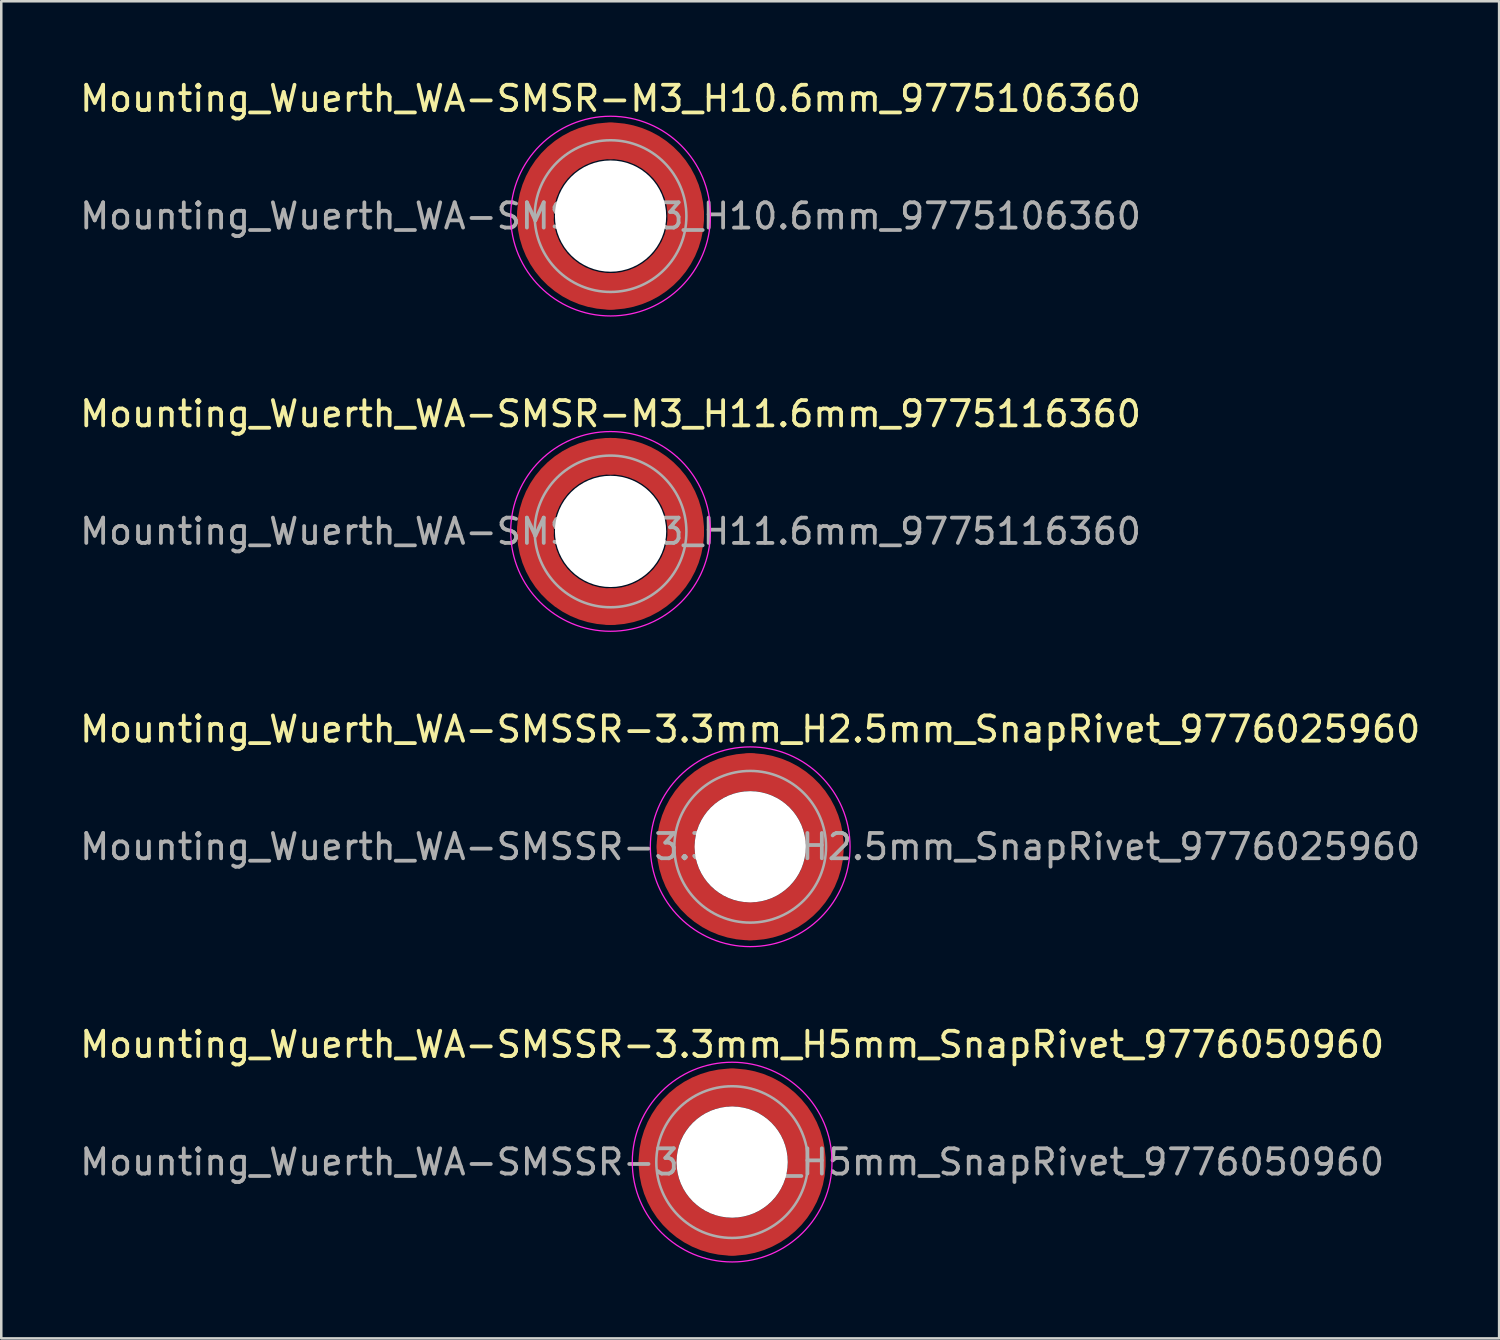
<source format=kicad_pcb>
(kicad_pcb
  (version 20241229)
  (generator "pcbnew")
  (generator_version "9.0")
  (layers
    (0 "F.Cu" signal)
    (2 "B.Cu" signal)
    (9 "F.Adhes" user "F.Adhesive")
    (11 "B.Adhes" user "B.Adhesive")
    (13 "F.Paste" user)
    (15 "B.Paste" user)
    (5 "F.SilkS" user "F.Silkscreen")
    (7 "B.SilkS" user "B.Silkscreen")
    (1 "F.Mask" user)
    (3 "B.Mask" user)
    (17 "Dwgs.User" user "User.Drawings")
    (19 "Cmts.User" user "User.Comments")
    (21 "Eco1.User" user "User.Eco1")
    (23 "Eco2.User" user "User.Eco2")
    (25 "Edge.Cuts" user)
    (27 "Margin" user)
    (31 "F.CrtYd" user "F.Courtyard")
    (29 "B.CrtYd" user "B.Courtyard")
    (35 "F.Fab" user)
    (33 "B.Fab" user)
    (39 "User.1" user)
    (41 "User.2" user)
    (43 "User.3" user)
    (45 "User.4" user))
  (footprint "Mounting_Wuerth_WA-SMSSR-3.3mm_H2.5mm_SnapRivet_9776025960"
    (layer "F.Cu")
    (at 26.625 30.445)
    (property "Reference" "Mounting_Wuerth_WA-SMSSR-3.3mm_H2.5mm_SnapRivet_9776025960" (at 0 -4.65 0) (layer "F.SilkS") (effects (font (size 1 1) (thickness 0.15))))
    (attr smd)
    (fp_circle (center 0 0) (end 3.95 0) (stroke (width 0.05) (type solid)) (fill no) (layer "F.CrtYd"))
    (fp_circle (center 0 0) (end 3 0) (stroke (width 0.1) (type solid)) (fill no) (layer "F.Fab"))
    (fp_text user "${REFERENCE}" (at 0 0 0) (layer "F.Fab") (effects (font (size 1 1) (thickness 0.15))))
    (pad "" smd custom (at -2.077 -2.077) (size 0.698 0.698) (layers "F.Paste") (options (anchor circle)) (primitives (gr_arc (start -0.208831 1.577126) (mid 0.422496 0.422496) (end 1.577126 -0.208831) (width 0.2)) (gr_arc (start -0.310669 1.577126) (mid 0.35208 0.35208) (end 1.577126 -0.310669) (width 0.2)) (gr_arc (start -0.412325 1.577126) (mid 0.281664 0.281664) (end 1.577126 -0.412325) (width 0.2)) (gr_arc (start -0.51382 1.577126) (mid 0.211248 0.211248) (end 1.577126 -0.51382) (width 0.2)) (gr_arc (start -0.615172 1.577126) (mid 0.140832 0.140832) (end 1.577126 -0.615172) (width 0.2)) (gr_arc (start -0.716397 1.577126) (mid 0.070416 0.070416) (end 1.577126 -0.716397) (width 0.2)) (gr_arc (start -0.817508 1.577126) (mid 0 0) (end 1.577126 -0.817508) (width 0.2)) (gr_arc (start -0.918517 1.577126) (mid -0.070416 -0.070416) (end 1.577126 -0.918517) (width 0.2)) (gr_arc (start -1.019433 1.577126) (mid -0.140832 -0.140832) (end 1.577126 -1.019433) (width 0.2)) (gr_arc (start -1.120266 1.577126) (mid -0.211248 -0.211248) (end 1.577126 -1.120266) (width 0.2)) (gr_arc (start -1.221022 1.577126) (mid -0.281664 -0.281664) (end 1.577126 -1.221022) (width 0.2)) (gr_arc (start -1.32171 1.577126) (mid -0.35208 -0.35208) (end 1.577126 -1.32171) (width 0.2)) (gr_arc (start -1.422335 1.577126) (mid -0.422497 -0.422497) (end 1.577126 -1.422335) (width 0.2)) (gr_line (start 1.577 -0.209) (end 1.577 -1.422) (width 0.2)) (gr_line (start -0.209 1.577) (end -1.422 1.577) (width 0.2))))
    (pad "" smd custom (at -2.077 2.077) (size 0.698 0.698) (layers "F.Paste") (options (anchor circle)) (primitives (gr_arc (start 1.577126 0.208831) (mid 0.422496 -0.422496) (end -0.208831 -1.577126) (width 0.2)) (gr_arc (start 1.577126 0.310669) (mid 0.35208 -0.35208) (end -0.310669 -1.577126) (width 0.2)) (gr_arc (start 1.577126 0.412325) (mid 0.281664 -0.281664) (end -0.412325 -1.577126) (width 0.2)) (gr_arc (start 1.577126 0.51382) (mid 0.211248 -0.211248) (end -0.51382 -1.577126) (width 0.2)) (gr_arc (start 1.577126 0.615172) (mid 0.140832 -0.140832) (end -0.615172 -1.577126) (width 0.2)) (gr_arc (start 1.577126 0.716397) (mid 0.070416 -0.070416) (end -0.716397 -1.577126) (width 0.2)) (gr_arc (start 1.577126 0.817508) (mid 0 0) (end -0.817508 -1.577126) (width 0.2)) (gr_arc (start 1.577126 0.918517) (mid -0.070416 0.070416) (end -0.918517 -1.577126) (width 0.2)) (gr_arc (start 1.577126 1.019433) (mid -0.140832 0.140832) (end -1.019433 -1.577126) (width 0.2)) (gr_arc (start 1.577126 1.120266) (mid -0.211248 0.211248) (end -1.120266 -1.577126) (width 0.2)) (gr_arc (start 1.577126 1.221022) (mid -0.281664 0.281664) (end -1.221022 -1.577126) (width 0.2)) (gr_arc (start 1.577126 1.32171) (mid -0.35208 0.35208) (end -1.32171 -1.577126) (width 0.2)) (gr_arc (start 1.577126 1.422335) (mid -0.422497 0.422497) (end -1.422335 -1.577126) (width 0.2)) (gr_line (start -0.209 -1.577) (end -1.422 -1.577) (width 0.2)) (gr_line (start 1.577 0.209) (end 1.577 1.422) (width 0.2))))
    (pad "" np_thru_hole circle (at 0 0) (size 4.4 4.4) (drill 4.4) (layers "*.Cu" "*.Mask"))
    (pad "" smd custom (at 2.077 -2.077) (size 0.698 0.698) (layers "F.Paste") (options (anchor circle)) (primitives (gr_arc (start -1.577126 -0.208831) (mid -0.422496 0.422496) (end 0.208831 1.577126) (width 0.2)) (gr_arc (start -1.577126 -0.310669) (mid -0.35208 0.35208) (end 0.310669 1.577126) (width 0.2)) (gr_arc (start -1.577126 -0.412325) (mid -0.281664 0.281664) (end 0.412325 1.577126) (width 0.2)) (gr_arc (start -1.577126 -0.51382) (mid -0.211248 0.211248) (end 0.51382 1.577126) (width 0.2)) (gr_arc (start -1.577126 -0.615172) (mid -0.140832 0.140832) (end 0.615172 1.577126) (width 0.2)) (gr_arc (start -1.577126 -0.716397) (mid -0.070416 0.070416) (end 0.716397 1.577126) (width 0.2)) (gr_arc (start -1.577126 -0.817508) (mid 0 0) (end 0.817508 1.577126) (width 0.2)) (gr_arc (start -1.577126 -0.918517) (mid 0.070416 -0.070416) (end 0.918517 1.577126) (width 0.2)) (gr_arc (start -1.577126 -1.019433) (mid 0.140832 -0.140832) (end 1.019433 1.577126) (width 0.2)) (gr_arc (start -1.577126 -1.120266) (mid 0.211248 -0.211248) (end 1.120266 1.577126) (width 0.2)) (gr_arc (start -1.577126 -1.221022) (mid 0.281664 -0.281664) (end 1.221022 1.577126) (width 0.2)) (gr_arc (start -1.577126 -1.32171) (mid 0.35208 -0.35208) (end 1.32171 1.577126) (width 0.2)) (gr_arc (start -1.577126 -1.422335) (mid 0.422497 -0.422497) (end 1.422335 1.577126) (width 0.2)) (gr_line (start 0.209 1.577) (end 1.422 1.577) (width 0.2)) (gr_line (start -1.577 -0.209) (end -1.577 -1.422) (width 0.2))))
    (pad "" smd custom (at 2.077 2.077) (size 0.698 0.698) (layers "F.Paste") (options (anchor circle)) (primitives (gr_arc (start 0.208831 -1.577126) (mid -0.422496 -0.422496) (end -1.577126 0.208831) (width 0.2)) (gr_arc (start 0.310669 -1.577126) (mid -0.35208 -0.35208) (end -1.577126 0.310669) (width 0.2)) (gr_arc (start 0.412325 -1.577126) (mid -0.281664 -0.281664) (end -1.577126 0.412325) (width 0.2)) (gr_arc (start 0.51382 -1.577126) (mid -0.211248 -0.211248) (end -1.577126 0.51382) (width 0.2)) (gr_arc (start 0.615172 -1.577126) (mid -0.140832 -0.140832) (end -1.577126 0.615172) (width 0.2)) (gr_arc (start 0.716397 -1.577126) (mid -0.070416 -0.070416) (end -1.577126 0.716397) (width 0.2)) (gr_arc (start 0.817508 -1.577126) (mid 0 0) (end -1.577126 0.817508) (width 0.2)) (gr_arc (start 0.918517 -1.577126) (mid 0.070416 0.070416) (end -1.577126 0.918517) (width 0.2)) (gr_arc (start 1.019433 -1.577126) (mid 0.140832 0.140832) (end -1.577126 1.019433) (width 0.2)) (gr_arc (start 1.120266 -1.577126) (mid 0.211248 0.211248) (end -1.577126 1.120266) (width 0.2)) (gr_arc (start 1.221022 -1.577126) (mid 0.281664 0.281664) (end -1.577126 1.221022) (width 0.2)) (gr_arc (start 1.32171 -1.577126) (mid 0.35208 0.35208) (end -1.577126 1.32171) (width 0.2)) (gr_arc (start 1.422335 -1.577126) (mid 0.422497 0.422497) (end -1.577126 1.422335) (width 0.2)) (gr_line (start -1.577 0.209) (end -1.577 1.422) (width 0.2)) (gr_line (start 0.209 -1.577) (end 1.422 -1.577) (width 0.2))))
    (pad "1" smd circle (at -2.95 0) (size 1.5 1.5) (layers "F.Cu"))
    (pad "1" smd circle (at 0 -2.95) (size 1.5 1.5) (layers "F.Cu"))
    (pad "1" smd circle (at 0 2.95) (size 1.5 1.5) (layers "F.Cu"))
    (pad "1" smd custom (at 2.95 0) (size 1.5 1.5) (layers "F.Cu" "F.Mask") (options (anchor circle)) (primitives (gr_circle (center -2.95 0) (end 0 0) (width 1.5) (fill no)))))
  (footprint "Mounting_Wuerth_WA-SMSSR-3.3mm_H5mm_SnapRivet_9776050960"
    (layer "F.Cu")
    (at 25.911 42.918)
    (property "Reference" "Mounting_Wuerth_WA-SMSSR-3.3mm_H5mm_SnapRivet_9776050960" (at 0 -4.65 0) (layer "F.SilkS") (effects (font (size 1 1) (thickness 0.15))))
    (attr smd)
    (fp_circle (center 0 0) (end 3.95 0) (stroke (width 0.05) (type solid)) (fill no) (layer "F.CrtYd"))
    (fp_circle (center 0 0) (end 3 0) (stroke (width 0.1) (type solid)) (fill no) (layer "F.Fab"))
    (fp_text user "${REFERENCE}" (at 0 0 0) (layer "F.Fab") (effects (font (size 1 1) (thickness 0.15))))
    (pad "" smd custom (at -2.077 -2.077) (size 0.698 0.698) (layers "F.Paste") (options (anchor circle)) (primitives (gr_arc (start -0.208831 1.577126) (mid 0.422496 0.422496) (end 1.577126 -0.208831) (width 0.2)) (gr_arc (start -0.310669 1.577126) (mid 0.35208 0.35208) (end 1.577126 -0.310669) (width 0.2)) (gr_arc (start -0.412325 1.577126) (mid 0.281664 0.281664) (end 1.577126 -0.412325) (width 0.2)) (gr_arc (start -0.51382 1.577126) (mid 0.211248 0.211248) (end 1.577126 -0.51382) (width 0.2)) (gr_arc (start -0.615172 1.577126) (mid 0.140832 0.140832) (end 1.577126 -0.615172) (width 0.2)) (gr_arc (start -0.716397 1.577126) (mid 0.070416 0.070416) (end 1.577126 -0.716397) (width 0.2)) (gr_arc (start -0.817508 1.577126) (mid 0 0) (end 1.577126 -0.817508) (width 0.2)) (gr_arc (start -0.918517 1.577126) (mid -0.070416 -0.070416) (end 1.577126 -0.918517) (width 0.2)) (gr_arc (start -1.019433 1.577126) (mid -0.140832 -0.140832) (end 1.577126 -1.019433) (width 0.2)) (gr_arc (start -1.120266 1.577126) (mid -0.211248 -0.211248) (end 1.577126 -1.120266) (width 0.2)) (gr_arc (start -1.221022 1.577126) (mid -0.281664 -0.281664) (end 1.577126 -1.221022) (width 0.2)) (gr_arc (start -1.32171 1.577126) (mid -0.35208 -0.35208) (end 1.577126 -1.32171) (width 0.2)) (gr_arc (start -1.422335 1.577126) (mid -0.422497 -0.422497) (end 1.577126 -1.422335) (width 0.2)) (gr_line (start 1.577 -0.209) (end 1.577 -1.422) (width 0.2)) (gr_line (start -0.209 1.577) (end -1.422 1.577) (width 0.2))))
    (pad "" smd custom (at -2.077 2.077) (size 0.698 0.698) (layers "F.Paste") (options (anchor circle)) (primitives (gr_arc (start 1.577126 0.208831) (mid 0.422496 -0.422496) (end -0.208831 -1.577126) (width 0.2)) (gr_arc (start 1.577126 0.310669) (mid 0.35208 -0.35208) (end -0.310669 -1.577126) (width 0.2)) (gr_arc (start 1.577126 0.412325) (mid 0.281664 -0.281664) (end -0.412325 -1.577126) (width 0.2)) (gr_arc (start 1.577126 0.51382) (mid 0.211248 -0.211248) (end -0.51382 -1.577126) (width 0.2)) (gr_arc (start 1.577126 0.615172) (mid 0.140832 -0.140832) (end -0.615172 -1.577126) (width 0.2)) (gr_arc (start 1.577126 0.716397) (mid 0.070416 -0.070416) (end -0.716397 -1.577126) (width 0.2)) (gr_arc (start 1.577126 0.817508) (mid 0 0) (end -0.817508 -1.577126) (width 0.2)) (gr_arc (start 1.577126 0.918517) (mid -0.070416 0.070416) (end -0.918517 -1.577126) (width 0.2)) (gr_arc (start 1.577126 1.019433) (mid -0.140832 0.140832) (end -1.019433 -1.577126) (width 0.2)) (gr_arc (start 1.577126 1.120266) (mid -0.211248 0.211248) (end -1.120266 -1.577126) (width 0.2)) (gr_arc (start 1.577126 1.221022) (mid -0.281664 0.281664) (end -1.221022 -1.577126) (width 0.2)) (gr_arc (start 1.577126 1.32171) (mid -0.35208 0.35208) (end -1.32171 -1.577126) (width 0.2)) (gr_arc (start 1.577126 1.422335) (mid -0.422497 0.422497) (end -1.422335 -1.577126) (width 0.2)) (gr_line (start -0.209 -1.577) (end -1.422 -1.577) (width 0.2)) (gr_line (start 1.577 0.209) (end 1.577 1.422) (width 0.2))))
    (pad "" np_thru_hole circle (at 0 0) (size 4.4 4.4) (drill 4.4) (layers "*.Cu" "*.Mask"))
    (pad "" smd custom (at 2.077 -2.077) (size 0.698 0.698) (layers "F.Paste") (options (anchor circle)) (primitives (gr_arc (start -1.577126 -0.208831) (mid -0.422496 0.422496) (end 0.208831 1.577126) (width 0.2)) (gr_arc (start -1.577126 -0.310669) (mid -0.35208 0.35208) (end 0.310669 1.577126) (width 0.2)) (gr_arc (start -1.577126 -0.412325) (mid -0.281664 0.281664) (end 0.412325 1.577126) (width 0.2)) (gr_arc (start -1.577126 -0.51382) (mid -0.211248 0.211248) (end 0.51382 1.577126) (width 0.2)) (gr_arc (start -1.577126 -0.615172) (mid -0.140832 0.140832) (end 0.615172 1.577126) (width 0.2)) (gr_arc (start -1.577126 -0.716397) (mid -0.070416 0.070416) (end 0.716397 1.577126) (width 0.2)) (gr_arc (start -1.577126 -0.817508) (mid 0 0) (end 0.817508 1.577126) (width 0.2)) (gr_arc (start -1.577126 -0.918517) (mid 0.070416 -0.070416) (end 0.918517 1.577126) (width 0.2)) (gr_arc (start -1.577126 -1.019433) (mid 0.140832 -0.140832) (end 1.019433 1.577126) (width 0.2)) (gr_arc (start -1.577126 -1.120266) (mid 0.211248 -0.211248) (end 1.120266 1.577126) (width 0.2)) (gr_arc (start -1.577126 -1.221022) (mid 0.281664 -0.281664) (end 1.221022 1.577126) (width 0.2)) (gr_arc (start -1.577126 -1.32171) (mid 0.35208 -0.35208) (end 1.32171 1.577126) (width 0.2)) (gr_arc (start -1.577126 -1.422335) (mid 0.422497 -0.422497) (end 1.422335 1.577126) (width 0.2)) (gr_line (start 0.209 1.577) (end 1.422 1.577) (width 0.2)) (gr_line (start -1.577 -0.209) (end -1.577 -1.422) (width 0.2))))
    (pad "" smd custom (at 2.077 2.077) (size 0.698 0.698) (layers "F.Paste") (options (anchor circle)) (primitives (gr_arc (start 0.208831 -1.577126) (mid -0.422496 -0.422496) (end -1.577126 0.208831) (width 0.2)) (gr_arc (start 0.310669 -1.577126) (mid -0.35208 -0.35208) (end -1.577126 0.310669) (width 0.2)) (gr_arc (start 0.412325 -1.577126) (mid -0.281664 -0.281664) (end -1.577126 0.412325) (width 0.2)) (gr_arc (start 0.51382 -1.577126) (mid -0.211248 -0.211248) (end -1.577126 0.51382) (width 0.2)) (gr_arc (start 0.615172 -1.577126) (mid -0.140832 -0.140832) (end -1.577126 0.615172) (width 0.2)) (gr_arc (start 0.716397 -1.577126) (mid -0.070416 -0.070416) (end -1.577126 0.716397) (width 0.2)) (gr_arc (start 0.817508 -1.577126) (mid 0 0) (end -1.577126 0.817508) (width 0.2)) (gr_arc (start 0.918517 -1.577126) (mid 0.070416 0.070416) (end -1.577126 0.918517) (width 0.2)) (gr_arc (start 1.019433 -1.577126) (mid 0.140832 0.140832) (end -1.577126 1.019433) (width 0.2)) (gr_arc (start 1.120266 -1.577126) (mid 0.211248 0.211248) (end -1.577126 1.120266) (width 0.2)) (gr_arc (start 1.221022 -1.577126) (mid 0.281664 0.281664) (end -1.577126 1.221022) (width 0.2)) (gr_arc (start 1.32171 -1.577126) (mid 0.35208 0.35208) (end -1.577126 1.32171) (width 0.2)) (gr_arc (start 1.422335 -1.577126) (mid 0.422497 0.422497) (end -1.577126 1.422335) (width 0.2)) (gr_line (start -1.577 0.209) (end -1.577 1.422) (width 0.2)) (gr_line (start 0.209 -1.577) (end 1.422 -1.577) (width 0.2))))
    (pad "1" smd circle (at -2.95 0) (size 1.5 1.5) (layers "F.Cu"))
    (pad "1" smd circle (at 0 -2.95) (size 1.5 1.5) (layers "F.Cu"))
    (pad "1" smd circle (at 0 2.95) (size 1.5 1.5) (layers "F.Cu"))
    (pad "1" smd custom (at 2.95 0) (size 1.5 1.5) (layers "F.Cu" "F.Mask") (options (anchor circle)) (primitives (gr_circle (center -2.95 0) (end 0 0) (width 1.5) (fill no)))))
  (footprint "Mounting_Wuerth_WA-SMSR-M3_H10.6mm_9775106360"
    (layer "F.Cu")
    (at 21.101 5.498)
    (property "Reference" "Mounting_Wuerth_WA-SMSR-M3_H10.6mm_9775106360" (at 0 -4.65 0) (layer "F.SilkS") (effects (font (size 1 1) (thickness 0.15))))
    (attr smd)
    (fp_circle (center 0 0) (end 3.95 0) (stroke (width 0.05) (type solid)) (fill no) (layer "F.CrtYd"))
    (fp_circle (center 0 0) (end 3 0) (stroke (width 0.1) (type solid)) (fill no) (layer "F.Fab"))
    (fp_text user "${REFERENCE}" (at 0 0 0) (layer "F.Fab") (effects (font (size 1 1) (thickness 0.15))))
    (pad "" smd custom (at -2.095 -2.095) (size 1.345 1.345) (layers "F.Paste") (options (anchor circle)) (primitives (gr_arc (start -0.426133 1.358554) (mid 0.237765 0.237765) (end 1.358554 -0.426133) (width 0.6725)) (gr_arc (start -0.774751 1.358554) (mid 0 0) (end 1.358554 -0.774751) (width 0.6725)) (gr_arc (start -1.120735 1.358554) (mid -0.237765 -0.237765) (end 1.358554 -1.120735) (width 0.6725)) (gr_arc (start -1.120735 1.358554) (mid -0.237765 -0.237765) (end 1.358554 -1.120735) (width 0.6725)) (gr_line (start 1.359 -0.426) (end 1.359 -1.121) (width 0.672)) (gr_line (start -0.426 1.359) (end -1.121 1.359) (width 0.672))))
    (pad "" smd custom (at -2.095 2.095) (size 1.345 1.345) (layers "F.Paste") (options (anchor circle)) (primitives (gr_arc (start 1.358554 0.426133) (mid 0.237765 -0.237765) (end -0.426133 -1.358554) (width 0.6725)) (gr_arc (start 1.358554 0.774751) (mid 0 0) (end -0.774751 -1.358554) (width 0.6725)) (gr_arc (start 1.358554 1.120735) (mid -0.237765 0.237765) (end -1.120735 -1.358554) (width 0.6725)) (gr_arc (start 1.358554 1.120735) (mid -0.237765 0.237765) (end -1.120735 -1.358554) (width 0.6725)) (gr_line (start -0.426 -1.359) (end -1.121 -1.359) (width 0.672)) (gr_line (start 1.359 0.426) (end 1.359 1.121) (width 0.672))))
    (pad "" np_thru_hole circle (at 0 0) (size 4.4 4.4) (drill 4.4) (layers "*.Cu" "*.Mask"))
    (pad "" smd custom (at 2.095 -2.095) (size 1.345 1.345) (layers "F.Paste") (options (anchor circle)) (primitives (gr_arc (start -1.358554 -0.426133) (mid -0.237765 0.237765) (end 0.426133 1.358554) (width 0.6725)) (gr_arc (start -1.358554 -0.774751) (mid 0 0) (end 0.774751 1.358554) (width 0.6725)) (gr_arc (start -1.358554 -1.120735) (mid 0.237765 -0.237765) (end 1.120735 1.358554) (width 0.6725)) (gr_arc (start -1.358554 -1.120735) (mid 0.237765 -0.237765) (end 1.120735 1.358554) (width 0.6725)) (gr_line (start 0.426 1.359) (end 1.121 1.359) (width 0.672)) (gr_line (start -1.359 -0.426) (end -1.359 -1.121) (width 0.672))))
    (pad "" smd custom (at 2.095 2.095) (size 1.345 1.345) (layers "F.Paste") (options (anchor circle)) (primitives (gr_arc (start 0.426133 -1.358554) (mid -0.237765 -0.237765) (end -1.358554 0.426133) (width 0.6725)) (gr_arc (start 0.774751 -1.358554) (mid 0 0) (end -1.358554 0.774751) (width 0.6725)) (gr_arc (start 1.120735 -1.358554) (mid 0.237765 0.237765) (end -1.358554 1.120735) (width 0.6725)) (gr_arc (start 1.120735 -1.358554) (mid 0.237765 0.237765) (end -1.358554 1.120735) (width 0.6725)) (gr_line (start -1.359 0.426) (end -1.359 1.121) (width 0.672)) (gr_line (start 0.426 -1.359) (end 1.121 -1.359) (width 0.672))))
    (pad "1" smd circle (at -2.975 0) (size 1.45 1.45) (layers "F.Cu"))
    (pad "1" smd circle (at 0 -2.975) (size 1.45 1.45) (layers "F.Cu"))
    (pad "1" smd circle (at 0 2.975) (size 1.45 1.45) (layers "F.Cu"))
    (pad "1" smd custom (at 2.975 0) (size 1.45 1.45) (layers "F.Cu" "F.Mask") (options (anchor circle)) (primitives (gr_circle (center -2.975 0) (end 0 0) (width 1.45) (fill no)))))
  (footprint "Mounting_Wuerth_WA-SMSR-M3_H11.6mm_9775116360"
    (layer "F.Cu")
    (at 21.101 17.971)
    (property "Reference" "Mounting_Wuerth_WA-SMSR-M3_H11.6mm_9775116360" (at 0 -4.65 0) (layer "F.SilkS") (effects (font (size 1 1) (thickness 0.15))))
    (attr smd)
    (fp_circle (center 0 0) (end 3.95 0) (stroke (width 0.05) (type solid)) (fill no) (layer "F.CrtYd"))
    (fp_circle (center 0 0) (end 3 0) (stroke (width 0.1) (type solid)) (fill no) (layer "F.Fab"))
    (fp_text user "${REFERENCE}" (at 0 0 0) (layer "F.Fab") (effects (font (size 1 1) (thickness 0.15))))
    (pad "" smd custom (at -2.095 -2.095) (size 1.345 1.345) (layers "F.Paste") (options (anchor circle)) (primitives (gr_arc (start -0.426133 1.358554) (mid 0.237765 0.237765) (end 1.358554 -0.426133) (width 0.6725)) (gr_arc (start -0.774751 1.358554) (mid 0 0) (end 1.358554 -0.774751) (width 0.6725)) (gr_arc (start -1.120735 1.358554) (mid -0.237765 -0.237765) (end 1.358554 -1.120735) (width 0.6725)) (gr_arc (start -1.120735 1.358554) (mid -0.237765 -0.237765) (end 1.358554 -1.120735) (width 0.6725)) (gr_line (start 1.359 -0.426) (end 1.359 -1.121) (width 0.672)) (gr_line (start -0.426 1.359) (end -1.121 1.359) (width 0.672))))
    (pad "" smd custom (at -2.095 2.095) (size 1.345 1.345) (layers "F.Paste") (options (anchor circle)) (primitives (gr_arc (start 1.358554 0.426133) (mid 0.237765 -0.237765) (end -0.426133 -1.358554) (width 0.6725)) (gr_arc (start 1.358554 0.774751) (mid 0 0) (end -0.774751 -1.358554) (width 0.6725)) (gr_arc (start 1.358554 1.120735) (mid -0.237765 0.237765) (end -1.120735 -1.358554) (width 0.6725)) (gr_arc (start 1.358554 1.120735) (mid -0.237765 0.237765) (end -1.120735 -1.358554) (width 0.6725)) (gr_line (start -0.426 -1.359) (end -1.121 -1.359) (width 0.672)) (gr_line (start 1.359 0.426) (end 1.359 1.121) (width 0.672))))
    (pad "" np_thru_hole circle (at 0 0) (size 4.4 4.4) (drill 4.4) (layers "*.Cu" "*.Mask"))
    (pad "" smd custom (at 2.095 -2.095) (size 1.345 1.345) (layers "F.Paste") (options (anchor circle)) (primitives (gr_arc (start -1.358554 -0.426133) (mid -0.237765 0.237765) (end 0.426133 1.358554) (width 0.6725)) (gr_arc (start -1.358554 -0.774751) (mid 0 0) (end 0.774751 1.358554) (width 0.6725)) (gr_arc (start -1.358554 -1.120735) (mid 0.237765 -0.237765) (end 1.120735 1.358554) (width 0.6725)) (gr_arc (start -1.358554 -1.120735) (mid 0.237765 -0.237765) (end 1.120735 1.358554) (width 0.6725)) (gr_line (start 0.426 1.359) (end 1.121 1.359) (width 0.672)) (gr_line (start -1.359 -0.426) (end -1.359 -1.121) (width 0.672))))
    (pad "" smd custom (at 2.095 2.095) (size 1.345 1.345) (layers "F.Paste") (options (anchor circle)) (primitives (gr_arc (start 0.426133 -1.358554) (mid -0.237765 -0.237765) (end -1.358554 0.426133) (width 0.6725)) (gr_arc (start 0.774751 -1.358554) (mid 0 0) (end -1.358554 0.774751) (width 0.6725)) (gr_arc (start 1.120735 -1.358554) (mid 0.237765 0.237765) (end -1.358554 1.120735) (width 0.6725)) (gr_arc (start 1.120735 -1.358554) (mid 0.237765 0.237765) (end -1.358554 1.120735) (width 0.6725)) (gr_line (start -1.359 0.426) (end -1.359 1.121) (width 0.672)) (gr_line (start 0.426 -1.359) (end 1.121 -1.359) (width 0.672))))
    (pad "1" smd circle (at -2.975 0) (size 1.45 1.45) (layers "F.Cu"))
    (pad "1" smd circle (at 0 -2.975) (size 1.45 1.45) (layers "F.Cu"))
    (pad "1" smd circle (at 0 2.975) (size 1.45 1.45) (layers "F.Cu"))
    (pad "1" smd custom (at 2.975 0) (size 1.45 1.45) (layers "F.Cu" "F.Mask") (options (anchor circle)) (primitives (gr_circle (center -2.975 0) (end 0 0) (width 1.45) (fill no)))))
  (gr_rect
    (start -3 -3)
    (end 56.25 49.893)
    (stroke (width 0.1) (type default))
    (fill no)
    (layer "Edge.Cuts")))
</source>
